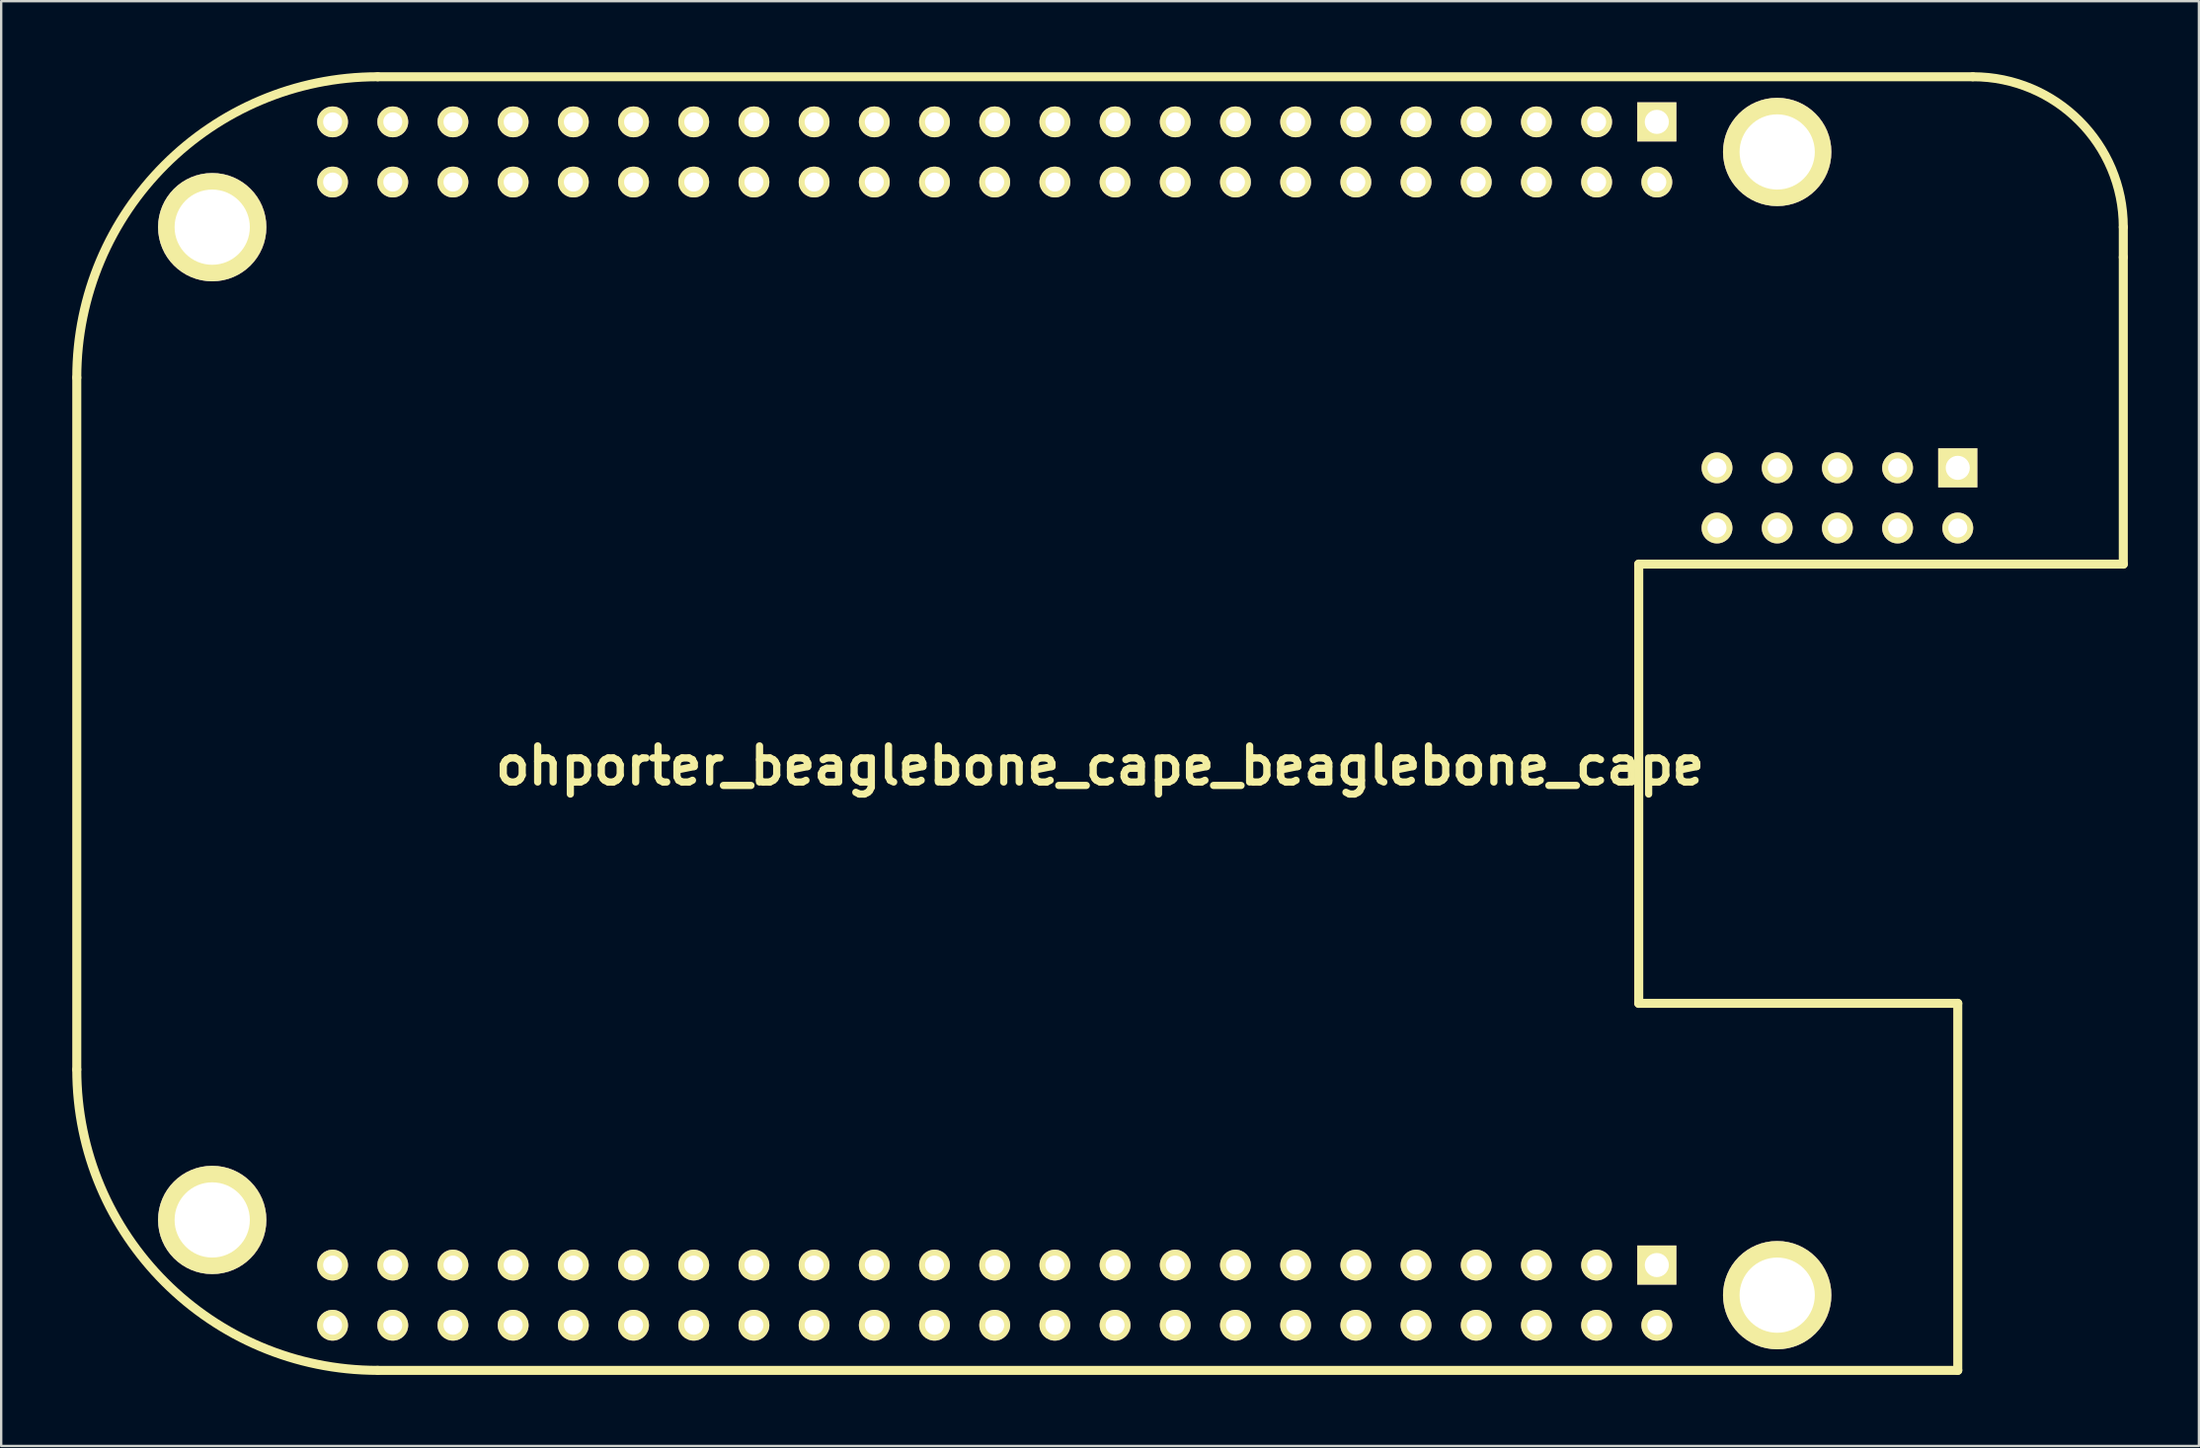
<source format=kicad_pcb>
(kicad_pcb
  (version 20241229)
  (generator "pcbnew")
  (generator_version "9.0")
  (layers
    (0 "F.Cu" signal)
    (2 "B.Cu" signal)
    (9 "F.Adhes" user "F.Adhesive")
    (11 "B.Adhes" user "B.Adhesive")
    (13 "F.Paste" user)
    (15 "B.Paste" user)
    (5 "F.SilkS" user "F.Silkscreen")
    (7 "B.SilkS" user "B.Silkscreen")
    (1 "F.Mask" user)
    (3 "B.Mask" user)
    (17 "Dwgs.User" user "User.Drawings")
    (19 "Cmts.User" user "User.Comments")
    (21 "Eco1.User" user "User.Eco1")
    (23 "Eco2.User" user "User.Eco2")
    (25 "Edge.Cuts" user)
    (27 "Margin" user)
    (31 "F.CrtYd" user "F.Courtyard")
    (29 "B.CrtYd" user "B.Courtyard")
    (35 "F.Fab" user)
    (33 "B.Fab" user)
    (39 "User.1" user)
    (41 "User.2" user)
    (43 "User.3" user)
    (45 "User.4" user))
  (footprint "ohporter_beaglebone_cape_beaglebone_cape"
    (layer "F.Cu")
    (at 43.37 27.495)
    (property "Reference" "ohporter_beaglebone_cape_beaglebone_cape" (at 0 1.778 0) (layer "F.SilkS") (effects (font (size 1.524 1.524) (thickness 0.305))))
    (attr through_hole)
    (fp_line (start -43.18 -14.605) (end -43.18 14.605) (stroke (width 0.381) (type solid)) (layer "F.SilkS"))
    (fp_line (start -30.48 -27.305) (end 36.83 -27.305) (stroke (width 0.381) (type solid)) (layer "F.SilkS"))
    (fp_line (start -30.48 27.305) (end 36.195 27.305) (stroke (width 0.381) (type solid)) (layer "F.SilkS"))
    (fp_line (start 22.733 -6.731) (end 22.733 11.811) (stroke (width 0.381) (type solid)) (layer "F.SilkS"))
    (fp_line (start 36.195 11.811) (end 22.733 11.811) (stroke (width 0.381) (type solid)) (layer "F.SilkS"))
    (fp_line (start 36.195 27.305) (end 36.195 11.811) (stroke (width 0.381) (type solid)) (layer "F.SilkS"))
    (fp_line (start 43.18 -20.955) (end 43.18 -19.685) (stroke (width 0.381) (type solid)) (layer "F.SilkS"))
    (fp_line (start 43.18 -6.731) (end 22.733 -6.731) (stroke (width 0.381) (type solid)) (layer "F.SilkS"))
    (fp_line (start 43.18 -6.731) (end 43.18 -19.685) (stroke (width 0.381) (type solid)) (layer "F.SilkS"))
    (fp_arc (start -43.18 -14.605) (mid -39.460256 -23.585256) (end -30.48 -27.305) (stroke (width 0.381) (type solid)) (layer "F.SilkS"))
    (fp_arc (start -30.48 27.305) (mid -39.460256 23.585256) (end -43.18 14.605) (stroke (width 0.381) (type solid)) (layer "F.SilkS"))
    (fp_arc (start 36.83 -27.305) (mid 41.320128 -25.445128) (end 43.18 -20.955) (stroke (width 0.381) (type solid)) (layer "F.SilkS"))
    (pad "A1" thru_hole rect (at 36.195 -10.795) (size 1.651 1.651) (drill 1.016) (layers "*.Cu" "*.Mask" "F.SilkS"))
    (pad "A2" thru_hole circle (at 36.195 -8.255) (size 1.3 1.3) (drill 0.8) (layers "*.Cu" "*.Mask" "F.SilkS"))
    (pad "A3" thru_hole circle (at 33.655 -10.795) (size 1.3 1.3) (drill 0.8) (layers "*.Cu" "*.Mask" "F.SilkS"))
    (pad "A4" thru_hole circle (at 33.655 -8.255) (size 1.3 1.3) (drill 0.8) (layers "*.Cu" "*.Mask" "F.SilkS"))
    (pad "A5" thru_hole circle (at 31.115 -10.795) (size 1.3 1.3) (drill 0.8) (layers "*.Cu" "*.Mask" "F.SilkS"))
    (pad "A6" thru_hole circle (at 31.115 -8.255) (size 1.3 1.3) (drill 0.8) (layers "*.Cu" "*.Mask" "F.SilkS"))
    (pad "A7" thru_hole circle (at 28.575 -10.795) (size 1.3 1.3) (drill 0.8) (layers "*.Cu" "*.Mask" "F.SilkS"))
    (pad "A8" thru_hole circle (at 28.575 -8.255) (size 1.3 1.3) (drill 0.8) (layers "*.Cu" "*.Mask" "F.SilkS"))
    (pad "A9" thru_hole circle (at 26.035 -10.795) (size 1.3 1.3) (drill 0.8) (layers "*.Cu" "*.Mask" "F.SilkS"))
    (pad "A10" thru_hole circle (at 26.035 -8.255) (size 1.3 1.3) (drill 0.8) (layers "*.Cu" "*.Mask" "F.SilkS"))
    (pad "B1" thru_hole rect (at 23.495 22.86) (size 1.651 1.651) (drill 1.016) (layers "*.Cu" "*.Mask" "F.SilkS"))
    (pad "B2" thru_hole circle (at 23.495 25.4) (size 1.3 1.3) (drill 0.8) (layers "*.Cu" "*.Mask" "F.SilkS"))
    (pad "B3" thru_hole circle (at 20.955 22.86) (size 1.3 1.3) (drill 0.8) (layers "*.Cu" "*.Mask" "F.SilkS"))
    (pad "B4" thru_hole circle (at 20.955 25.4) (size 1.3 1.3) (drill 0.8) (layers "*.Cu" "*.Mask" "F.SilkS"))
    (pad "B5" thru_hole circle (at 18.415 22.86) (size 1.3 1.3) (drill 0.8) (layers "*.Cu" "*.Mask" "F.SilkS"))
    (pad "B6" thru_hole circle (at 18.415 25.4) (size 1.3 1.3) (drill 0.8) (layers "*.Cu" "*.Mask" "F.SilkS"))
    (pad "B7" thru_hole circle (at 15.875 22.86) (size 1.3 1.3) (drill 0.8) (layers "*.Cu" "*.Mask" "F.SilkS"))
    (pad "B8" thru_hole circle (at 15.875 25.4) (size 1.3 1.3) (drill 0.8) (layers "*.Cu" "*.Mask" "F.SilkS"))
    (pad "B9" thru_hole circle (at 13.335 22.86) (size 1.3 1.3) (drill 0.8) (layers "*.Cu" "*.Mask" "F.SilkS"))
    (pad "B10" thru_hole circle (at 13.335 25.4) (size 1.3 1.3) (drill 0.8) (layers "*.Cu" "*.Mask" "F.SilkS"))
    (pad "B11" thru_hole circle (at 10.795 22.86) (size 1.3 1.3) (drill 0.8) (layers "*.Cu" "*.Mask" "F.SilkS"))
    (pad "B12" thru_hole circle (at 10.795 25.4) (size 1.3 1.3) (drill 0.8) (layers "*.Cu" "*.Mask" "F.SilkS"))
    (pad "B13" thru_hole circle (at 8.255 22.86) (size 1.3 1.3) (drill 0.8) (layers "*.Cu" "*.Mask" "F.SilkS"))
    (pad "B14" thru_hole circle (at 8.255 25.4) (size 1.3 1.3) (drill 0.8) (layers "*.Cu" "*.Mask" "F.SilkS"))
    (pad "B15" thru_hole circle (at 5.715 22.86) (size 1.3 1.3) (drill 0.8) (layers "*.Cu" "*.Mask" "F.SilkS"))
    (pad "B16" thru_hole circle (at 5.715 25.4) (size 1.3 1.3) (drill 0.8) (layers "*.Cu" "*.Mask" "F.SilkS"))
    (pad "B17" thru_hole circle (at 3.175 22.86) (size 1.3 1.3) (drill 0.8) (layers "*.Cu" "*.Mask" "F.SilkS"))
    (pad "B18" thru_hole circle (at 3.175 25.4) (size 1.3 1.3) (drill 0.8) (layers "*.Cu" "*.Mask" "F.SilkS"))
    (pad "B19" thru_hole circle (at 0.635 22.86) (size 1.3 1.3) (drill 0.8) (layers "*.Cu" "*.Mask" "F.SilkS"))
    (pad "B20" thru_hole circle (at 0.635 25.4) (size 1.3 1.3) (drill 0.8) (layers "*.Cu" "*.Mask" "F.SilkS"))
    (pad "B21" thru_hole circle (at -1.905 22.86) (size 1.3 1.3) (drill 0.8) (layers "*.Cu" "*.Mask" "F.SilkS"))
    (pad "B22" thru_hole circle (at -1.905 25.4) (size 1.3 1.3) (drill 0.8) (layers "*.Cu" "*.Mask" "F.SilkS"))
    (pad "B23" thru_hole circle (at -4.445 22.86) (size 1.3 1.3) (drill 0.8) (layers "*.Cu" "*.Mask" "F.SilkS"))
    (pad "B24" thru_hole circle (at -4.445 25.4) (size 1.3 1.3) (drill 0.8) (layers "*.Cu" "*.Mask" "F.SilkS"))
    (pad "B25" thru_hole circle (at -6.985 22.86) (size 1.3 1.3) (drill 0.8) (layers "*.Cu" "*.Mask" "F.SilkS"))
    (pad "B26" thru_hole circle (at -6.985 25.4) (size 1.3 1.3) (drill 0.8) (layers "*.Cu" "*.Mask" "F.SilkS"))
    (pad "B27" thru_hole circle (at -9.525 22.86) (size 1.3 1.3) (drill 0.8) (layers "*.Cu" "*.Mask" "F.SilkS"))
    (pad "B28" thru_hole circle (at -9.525 25.4) (size 1.3 1.3) (drill 0.8) (layers "*.Cu" "*.Mask" "F.SilkS"))
    (pad "B29" thru_hole circle (at -12.065 22.86) (size 1.3 1.3) (drill 0.8) (layers "*.Cu" "*.Mask" "F.SilkS"))
    (pad "B30" thru_hole circle (at -12.065 25.4) (size 1.3 1.3) (drill 0.8) (layers "*.Cu" "*.Mask" "F.SilkS"))
    (pad "B31" thru_hole circle (at -14.605 22.86) (size 1.3 1.3) (drill 0.8) (layers "*.Cu" "*.Mask" "F.SilkS"))
    (pad "B32" thru_hole circle (at -14.605 25.4) (size 1.3 1.3) (drill 0.8) (layers "*.Cu" "*.Mask" "F.SilkS"))
    (pad "B33" thru_hole circle (at -17.145 22.86) (size 1.3 1.3) (drill 0.8) (layers "*.Cu" "*.Mask" "F.SilkS"))
    (pad "B34" thru_hole circle (at -17.145 25.4) (size 1.3 1.3) (drill 0.8) (layers "*.Cu" "*.Mask" "F.SilkS"))
    (pad "B35" thru_hole circle (at -19.685 22.86) (size 1.3 1.3) (drill 0.8) (layers "*.Cu" "*.Mask" "F.SilkS"))
    (pad "B36" thru_hole circle (at -19.685 25.4) (size 1.3 1.3) (drill 0.8) (layers "*.Cu" "*.Mask" "F.SilkS"))
    (pad "B37" thru_hole circle (at -22.225 22.86) (size 1.3 1.3) (drill 0.8) (layers "*.Cu" "*.Mask" "F.SilkS"))
    (pad "B38" thru_hole circle (at -22.225 25.4) (size 1.3 1.3) (drill 0.8) (layers "*.Cu" "*.Mask" "F.SilkS"))
    (pad "B39" thru_hole circle (at -24.765 22.86) (size 1.3 1.3) (drill 0.8) (layers "*.Cu" "*.Mask" "F.SilkS"))
    (pad "B40" thru_hole circle (at -24.765 25.4) (size 1.3 1.3) (drill 0.8) (layers "*.Cu" "*.Mask" "F.SilkS"))
    (pad "B41" thru_hole circle (at -27.305 22.86) (size 1.3 1.3) (drill 0.8) (layers "*.Cu" "*.Mask" "F.SilkS"))
    (pad "B42" thru_hole circle (at -27.305 25.4) (size 1.3 1.3) (drill 0.8) (layers "*.Cu" "*.Mask" "F.SilkS"))
    (pad "B43" thru_hole circle (at -29.845 22.86) (size 1.3 1.3) (drill 0.8) (layers "*.Cu" "*.Mask" "F.SilkS"))
    (pad "B44" thru_hole circle (at -29.845 25.4) (size 1.3 1.3) (drill 0.8) (layers "*.Cu" "*.Mask" "F.SilkS"))
    (pad "B45" thru_hole circle (at -32.385 22.86) (size 1.3 1.3) (drill 0.8) (layers "*.Cu" "*.Mask" "F.SilkS"))
    (pad "B46" thru_hole circle (at -32.385 25.4) (size 1.3 1.3) (drill 0.8) (layers "*.Cu" "*.Mask" "F.SilkS"))
    (pad "C1" thru_hole rect (at 23.495 -25.4) (size 1.651 1.651) (drill 1.016) (layers "*.Cu" "*.Mask" "F.SilkS"))
    (pad "C2" thru_hole circle (at 23.495 -22.86) (size 1.3 1.3) (drill 0.8) (layers "*.Cu" "*.Mask" "F.SilkS"))
    (pad "C3" thru_hole circle (at 20.955 -25.4) (size 1.3 1.3) (drill 0.8) (layers "*.Cu" "*.Mask" "F.SilkS"))
    (pad "C4" thru_hole circle (at 20.955 -22.86) (size 1.3 1.3) (drill 0.8) (layers "*.Cu" "*.Mask" "F.SilkS"))
    (pad "C5" thru_hole circle (at 18.415 -25.4) (size 1.3 1.3) (drill 0.8) (layers "*.Cu" "*.Mask" "F.SilkS"))
    (pad "C6" thru_hole circle (at 18.415 -22.86) (size 1.3 1.3) (drill 0.8) (layers "*.Cu" "*.Mask" "F.SilkS"))
    (pad "C7" thru_hole circle (at 15.875 -25.4) (size 1.3 1.3) (drill 0.8) (layers "*.Cu" "*.Mask" "F.SilkS"))
    (pad "C8" thru_hole circle (at 15.875 -22.86) (size 1.3 1.3) (drill 0.8) (layers "*.Cu" "*.Mask" "F.SilkS"))
    (pad "C9" thru_hole circle (at 13.335 -25.4) (size 1.3 1.3) (drill 0.8) (layers "*.Cu" "*.Mask" "F.SilkS"))
    (pad "C10" thru_hole circle (at 13.335 -22.86) (size 1.3 1.3) (drill 0.8) (layers "*.Cu" "*.Mask" "F.SilkS"))
    (pad "C11" thru_hole circle (at 10.795 -25.4) (size 1.3 1.3) (drill 0.8) (layers "*.Cu" "*.Mask" "F.SilkS"))
    (pad "C12" thru_hole circle (at 10.795 -22.86) (size 1.3 1.3) (drill 0.8) (layers "*.Cu" "*.Mask" "F.SilkS"))
    (pad "C13" thru_hole circle (at 8.255 -25.4) (size 1.3 1.3) (drill 0.8) (layers "*.Cu" "*.Mask" "F.SilkS"))
    (pad "C14" thru_hole circle (at 8.255 -22.86) (size 1.3 1.3) (drill 0.8) (layers "*.Cu" "*.Mask" "F.SilkS"))
    (pad "C15" thru_hole circle (at 5.715 -25.4) (size 1.3 1.3) (drill 0.8) (layers "*.Cu" "*.Mask" "F.SilkS"))
    (pad "C16" thru_hole circle (at 5.715 -22.86) (size 1.3 1.3) (drill 0.8) (layers "*.Cu" "*.Mask" "F.SilkS"))
    (pad "C17" thru_hole circle (at 3.175 -25.4) (size 1.3 1.3) (drill 0.8) (layers "*.Cu" "*.Mask" "F.SilkS"))
    (pad "C18" thru_hole circle (at 3.175 -22.86) (size 1.3 1.3) (drill 0.8) (layers "*.Cu" "*.Mask" "F.SilkS"))
    (pad "C19" thru_hole circle (at 0.635 -25.4) (size 1.3 1.3) (drill 0.8) (layers "*.Cu" "*.Mask" "F.SilkS"))
    (pad "C20" thru_hole circle (at 0.635 -22.86) (size 1.3 1.3) (drill 0.8) (layers "*.Cu" "*.Mask" "F.SilkS"))
    (pad "C21" thru_hole circle (at -1.905 -25.4) (size 1.3 1.3) (drill 0.8) (layers "*.Cu" "*.Mask" "F.SilkS"))
    (pad "C22" thru_hole circle (at -1.905 -22.86) (size 1.3 1.3) (drill 0.8) (layers "*.Cu" "*.Mask" "F.SilkS"))
    (pad "C23" thru_hole circle (at -4.445 -25.4) (size 1.3 1.3) (drill 0.8) (layers "*.Cu" "*.Mask" "F.SilkS"))
    (pad "C24" thru_hole circle (at -4.445 -22.86) (size 1.3 1.3) (drill 0.8) (layers "*.Cu" "*.Mask" "F.SilkS"))
    (pad "C25" thru_hole circle (at -6.985 -25.4) (size 1.3 1.3) (drill 0.8) (layers "*.Cu" "*.Mask" "F.SilkS"))
    (pad "C26" thru_hole circle (at -6.985 -22.86) (size 1.3 1.3) (drill 0.8) (layers "*.Cu" "*.Mask" "F.SilkS"))
    (pad "C27" thru_hole circle (at -9.525 -25.4) (size 1.3 1.3) (drill 0.8) (layers "*.Cu" "*.Mask" "F.SilkS"))
    (pad "C28" thru_hole circle (at -9.525 -22.86) (size 1.3 1.3) (drill 0.8) (layers "*.Cu" "*.Mask" "F.SilkS"))
    (pad "C29" thru_hole circle (at -12.065 -25.4) (size 1.3 1.3) (drill 0.8) (layers "*.Cu" "*.Mask" "F.SilkS"))
    (pad "C30" thru_hole circle (at -12.065 -22.86) (size 1.3 1.3) (drill 0.8) (layers "*.Cu" "*.Mask" "F.SilkS"))
    (pad "C31" thru_hole circle (at -14.605 -25.4) (size 1.3 1.3) (drill 0.8) (layers "*.Cu" "*.Mask" "F.SilkS"))
    (pad "C32" thru_hole circle (at -14.605 -22.86) (size 1.3 1.3) (drill 0.8) (layers "*.Cu" "*.Mask" "F.SilkS"))
    (pad "C33" thru_hole circle (at -17.145 -25.4) (size 1.3 1.3) (drill 0.8) (layers "*.Cu" "*.Mask" "F.SilkS"))
    (pad "C34" thru_hole circle (at -17.145 -22.86) (size 1.3 1.3) (drill 0.8) (layers "*.Cu" "*.Mask" "F.SilkS"))
    (pad "C35" thru_hole circle (at -19.685 -25.4) (size 1.3 1.3) (drill 0.8) (layers "*.Cu" "*.Mask" "F.SilkS"))
    (pad "C36" thru_hole circle (at -19.685 -22.86) (size 1.3 1.3) (drill 0.8) (layers "*.Cu" "*.Mask" "F.SilkS"))
    (pad "C37" thru_hole circle (at -22.225 -25.4) (size 1.3 1.3) (drill 0.8) (layers "*.Cu" "*.Mask" "F.SilkS"))
    (pad "C38" thru_hole circle (at -22.225 -22.86) (size 1.3 1.3) (drill 0.8) (layers "*.Cu" "*.Mask" "F.SilkS"))
    (pad "C39" thru_hole circle (at -24.765 -25.4) (size 1.3 1.3) (drill 0.8) (layers "*.Cu" "*.Mask" "F.SilkS"))
    (pad "C40" thru_hole circle (at -24.765 -22.86) (size 1.3 1.3) (drill 0.8) (layers "*.Cu" "*.Mask" "F.SilkS"))
    (pad "C41" thru_hole circle (at -27.305 -25.4) (size 1.3 1.3) (drill 0.8) (layers "*.Cu" "*.Mask" "F.SilkS"))
    (pad "C42" thru_hole circle (at -27.305 -22.86) (size 1.3 1.3) (drill 0.8) (layers "*.Cu" "*.Mask" "F.SilkS"))
    (pad "C43" thru_hole circle (at -29.845 -25.4) (size 1.3 1.3) (drill 0.8) (layers "*.Cu" "*.Mask" "F.SilkS"))
    (pad "C44" thru_hole circle (at -29.845 -22.86) (size 1.3 1.3) (drill 0.8) (layers "*.Cu" "*.Mask" "F.SilkS"))
    (pad "C45" thru_hole circle (at -32.385 -25.4) (size 1.3 1.3) (drill 0.8) (layers "*.Cu" "*.Mask" "F.SilkS"))
    (pad "C46" thru_hole circle (at -32.385 -22.86) (size 1.3 1.3) (drill 0.8) (layers "*.Cu" "*.Mask" "F.SilkS"))
    (pad "M1" thru_hole circle (at -37.465 -20.955) (size 4.572 4.572) (drill 3.175) (layers "*.Cu" "*.Mask" "F.SilkS"))
    (pad "M2" thru_hole circle (at 28.575 -24.13) (size 4.572 4.572) (drill 3.175) (layers "*.Cu" "*.Mask" "F.SilkS"))
    (pad "M3" thru_hole circle (at 28.575 24.13) (size 4.572 4.572) (drill 3.175) (layers "*.Cu" "*.Mask" "F.SilkS"))
    (pad "M4" thru_hole circle (at -37.465 20.955) (size 4.572 4.572) (drill 3.175) (layers "*.Cu" "*.Mask" "F.SilkS")))
  (gr_rect
    (start -3 -3)
    (end 89.741 57.991)
    (stroke (width 0.1) (type default))
    (fill no)
    (layer "Edge.Cuts")))
</source>
